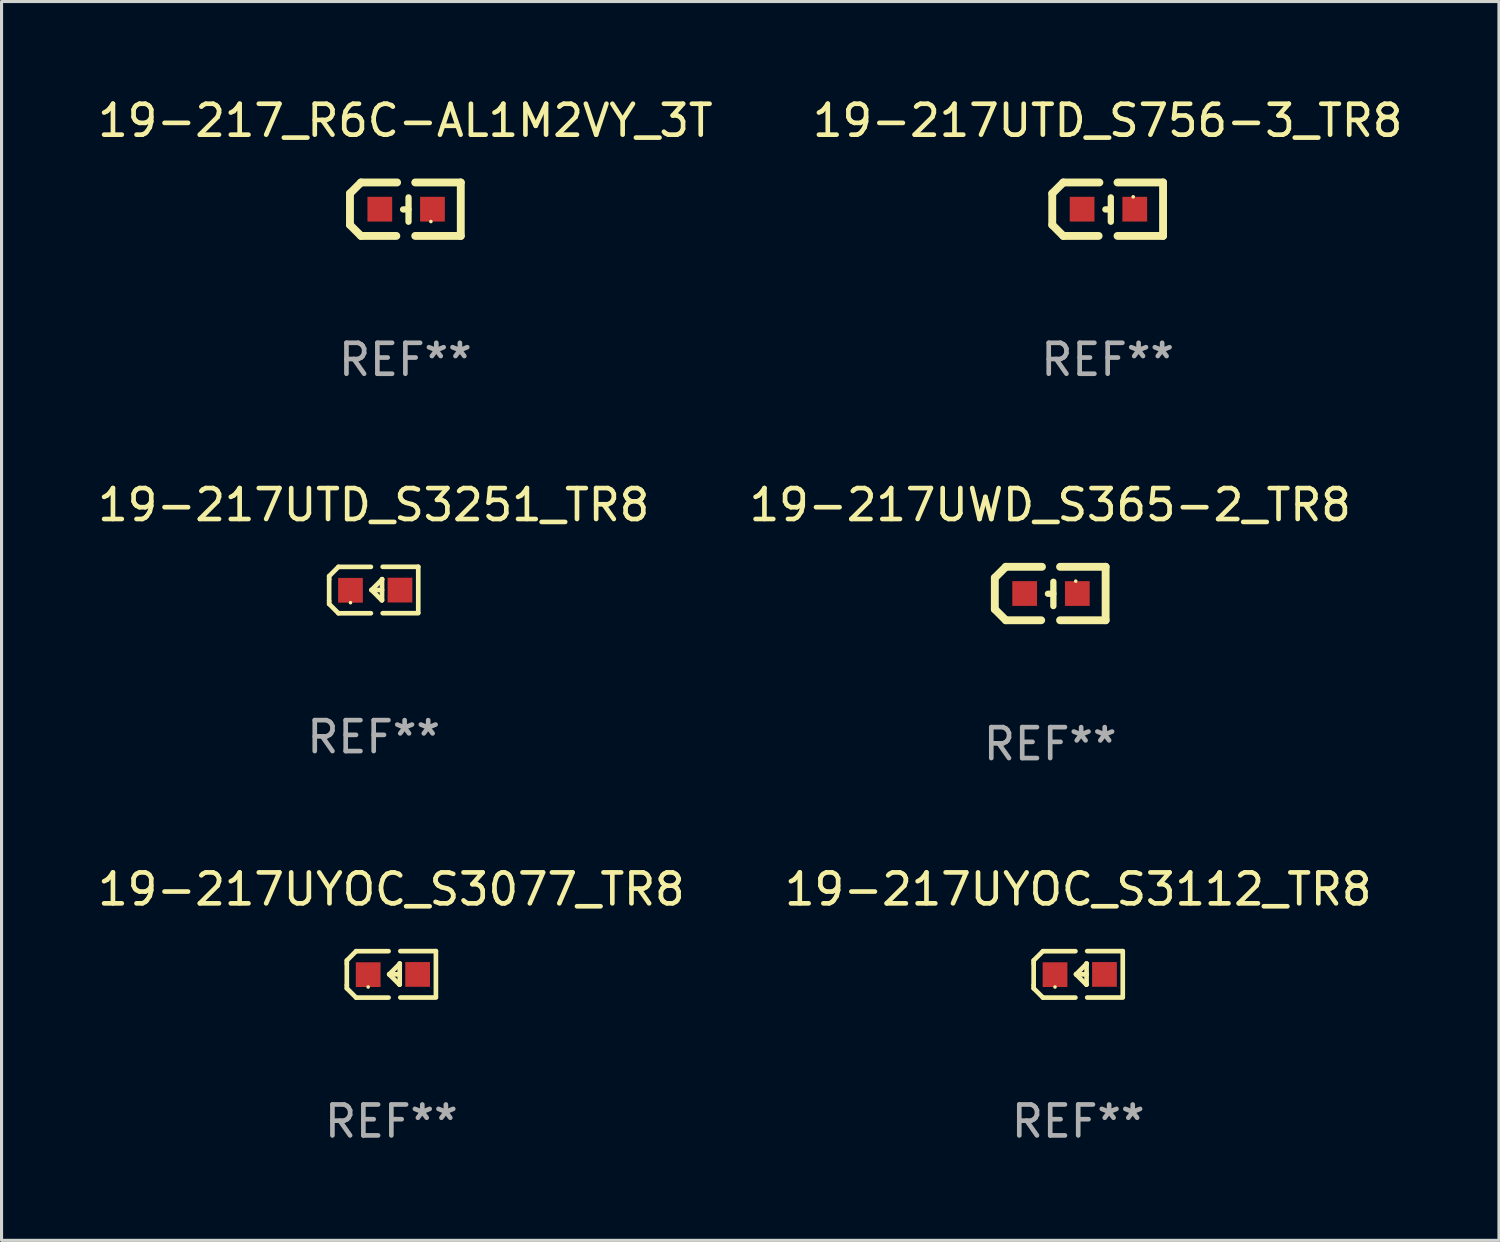
<source format=kicad_pcb>
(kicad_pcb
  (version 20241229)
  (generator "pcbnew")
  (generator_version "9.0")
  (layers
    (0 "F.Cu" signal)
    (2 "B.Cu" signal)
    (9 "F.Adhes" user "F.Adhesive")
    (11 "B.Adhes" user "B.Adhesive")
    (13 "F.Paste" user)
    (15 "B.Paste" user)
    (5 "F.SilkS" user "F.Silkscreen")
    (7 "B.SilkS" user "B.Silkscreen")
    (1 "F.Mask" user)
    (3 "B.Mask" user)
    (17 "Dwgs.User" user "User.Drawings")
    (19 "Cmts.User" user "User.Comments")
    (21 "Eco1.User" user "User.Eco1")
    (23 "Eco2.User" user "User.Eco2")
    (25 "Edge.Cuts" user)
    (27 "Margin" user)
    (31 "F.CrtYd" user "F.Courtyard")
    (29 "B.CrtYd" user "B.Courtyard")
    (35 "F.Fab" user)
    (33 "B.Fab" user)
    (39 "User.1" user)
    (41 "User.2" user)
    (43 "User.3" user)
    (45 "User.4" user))
  (footprint "19-217UYOC_S3077_TR8"
    (layer "F.Cu")
    (at 9.601 28.447)
    (property "Reference" "19-217UYOC_S3077_TR8" (at 0 -2.751 0) (layer "F.SilkS") (effects (font (size 1 1) (thickness 0.15))))
    (attr through_hole)
    (fp_line (start -1.44 -0.449) (end -1.14 -0.749) (stroke (width 0.15) (type solid)) (layer "F.SilkS"))
    (fp_line (start -1.44 -0.349) (end -1.44 -0.449) (stroke (width 0.15) (type solid)) (layer "F.SilkS"))
    (fp_line (start -1.44 -0.349) (end -1.44 0.351) (stroke (width 0.15) (type solid)) (layer "F.SilkS"))
    (fp_line (start -1.44 0.351) (end -1.44 0.451) (stroke (width 0.15) (type solid)) (layer "F.SilkS"))
    (fp_line (start -1.44 0.451) (end -1.14 0.751) (stroke (width 0.15) (type solid)) (layer "F.SilkS"))
    (fp_line (start -0.09 -0.749) (end -1.14 -0.749) (stroke (width 0.15) (type solid)) (layer "F.SilkS"))
    (fp_line (start -0.09 0.751) (end -1.14 0.751) (stroke (width 0.15) (type solid)) (layer "F.SilkS"))
    (fp_line (start 0.26 0.329) (end -0.07 -0.001) (stroke (width 0.15) (type solid)) (layer "F.SilkS"))
    (fp_line (start 0.27 -0.351) (end 0.27 -0.341) (stroke (width 0.15) (type solid)) (layer "F.SilkS"))
    (fp_line (start 0.27 -0.351) (end 0.27 0.329) (stroke (width 0.15) (type solid)) (layer "F.SilkS"))
    (fp_line (start 0.27 -0.341) (end -0.07 -0.001) (stroke (width 0.15) (type solid)) (layer "F.SilkS"))
    (fp_line (start 0.27 -0.001) (end -0.07 -0.001) (stroke (width 0.15) (type solid)) (layer "F.SilkS"))
    (fp_line (start 0.27 0.329) (end 0.26 0.329) (stroke (width 0.15) (type solid)) (layer "F.SilkS"))
    (fp_line (start 0.29 -0.751) (end 1.44 -0.751) (stroke (width 0.15) (type solid)) (layer "F.SilkS"))
    (fp_line (start 0.29 0.749) (end 1.44 0.749) (stroke (width 0.15) (type solid)) (layer "F.SilkS"))
    (fp_line (start 1.44 -0.751) (end 1.44 0.729) (stroke (width 0.15) (type solid)) (layer "F.SilkS"))
    (fp_circle (center -0.75 0.409) (end -0.72 0.409) (stroke (width 0.06) (type solid)) (fill no) (layer "F.SilkS"))
    (fp_text user "REF**" (at 0 4.751 0) (layer "F.Fab") (effects (font (size 1 1) (thickness 0.15))))
    (pad "1" smd rect (at -0.75 0.009 90) (size 0.8 0.8) (layers "F.Cu" "F.Mask" "F.Paste"))
    (pad "2" smd rect (at 0.849 0.002 90) (size 0.8 0.8) (layers "F.Cu" "F.Mask" "F.Paste")))
  (footprint "19-217_R6C-AL1M2VY_3T"
    (layer "F.Cu")
    (at 10.054 3.712)
    (property "Reference" "19-217_R6C-AL1M2VY_3T" (at 0 -2.864 0) (layer "F.SilkS") (effects (font (size 1 1) (thickness 0.15))))
    (attr through_hole)
    (fp_line (start -1.791 -0.508) (end -1.435 -0.864) (stroke (width 0.254) (type solid)) (layer "F.SilkS"))
    (fp_line (start -1.791 0.508) (end -1.791 -0.508) (stroke (width 0.254) (type solid)) (layer "F.SilkS"))
    (fp_line (start -1.435 0.864) (end -1.791 0.508) (stroke (width 0.254) (type solid)) (layer "F.SilkS"))
    (fp_line (start -0.292 0.864) (end -1.435 0.864) (stroke (width 0.254) (type solid)) (layer "F.SilkS"))
    (fp_line (start -0.267 -0.864) (end -1.435 -0.864) (stroke (width 0.254) (type solid)) (layer "F.SilkS"))
    (fp_line (start 0.102 0.008) (end -0.074 0.008) (stroke (width 0.203) (type solid)) (layer "F.SilkS"))
    (fp_line (start 0.102 0.406) (end 0.102 -0.381) (stroke (width 0.203) (type solid)) (layer "F.SilkS"))
    (fp_line (start 1.791 -0.864) (end 0.318 -0.864) (stroke (width 0.254) (type solid)) (layer "F.SilkS"))
    (fp_line (start 1.791 0.864) (end 0.318 0.864) (stroke (width 0.254) (type solid)) (layer "F.SilkS"))
    (fp_line (start 1.791 0.864) (end 1.791 -0.864) (stroke (width 0.254) (type solid)) (layer "F.SilkS"))
    (fp_circle (center 0.825 0.4) (end 0.855 0.4) (stroke (width 0.06) (type solid)) (fill no) (layer "F.SilkS"))
    (fp_text user "REF**" (at 0 4.864 0) (layer "F.Fab") (effects (font (size 1 1) (thickness 0.15))))
    (pad "1" smd rect (at 0.876 0 90) (size 0.8 0.8) (layers "F.Cu" "F.Mask" "F.Paste"))
    (pad "2" smd rect (at -0.826 0 90) (size 0.8 0.8) (layers "F.Cu" "F.Mask" "F.Paste")))
  (footprint "19-217UTD_S3251_TR8"
    (layer "F.Cu")
    (at 9.03 16.023)
    (property "Reference" "19-217UTD_S3251_TR8" (at 0 -2.751 0) (layer "F.SilkS") (effects (font (size 1 1) (thickness 0.15))))
    (attr through_hole)
    (fp_line (start -1.44 -0.449) (end -1.14 -0.749) (stroke (width 0.15) (type solid)) (layer "F.SilkS"))
    (fp_line (start -1.44 -0.349) (end -1.44 -0.449) (stroke (width 0.15) (type solid)) (layer "F.SilkS"))
    (fp_line (start -1.44 -0.349) (end -1.44 0.351) (stroke (width 0.15) (type solid)) (layer "F.SilkS"))
    (fp_line (start -1.44 0.351) (end -1.44 0.451) (stroke (width 0.15) (type solid)) (layer "F.SilkS"))
    (fp_line (start -1.44 0.451) (end -1.14 0.751) (stroke (width 0.15) (type solid)) (layer "F.SilkS"))
    (fp_line (start -0.09 -0.749) (end -1.14 -0.749) (stroke (width 0.15) (type solid)) (layer "F.SilkS"))
    (fp_line (start -0.09 0.751) (end -1.14 0.751) (stroke (width 0.15) (type solid)) (layer "F.SilkS"))
    (fp_line (start 0.26 0.329) (end -0.07 -0.001) (stroke (width 0.15) (type solid)) (layer "F.SilkS"))
    (fp_line (start 0.27 -0.351) (end 0.27 -0.341) (stroke (width 0.15) (type solid)) (layer "F.SilkS"))
    (fp_line (start 0.27 -0.351) (end 0.27 0.329) (stroke (width 0.15) (type solid)) (layer "F.SilkS"))
    (fp_line (start 0.27 -0.341) (end -0.07 -0.001) (stroke (width 0.15) (type solid)) (layer "F.SilkS"))
    (fp_line (start 0.27 -0.001) (end -0.07 -0.001) (stroke (width 0.15) (type solid)) (layer "F.SilkS"))
    (fp_line (start 0.27 0.329) (end 0.26 0.329) (stroke (width 0.15) (type solid)) (layer "F.SilkS"))
    (fp_line (start 0.29 -0.751) (end 1.44 -0.751) (stroke (width 0.15) (type solid)) (layer "F.SilkS"))
    (fp_line (start 0.29 0.749) (end 1.44 0.749) (stroke (width 0.15) (type solid)) (layer "F.SilkS"))
    (fp_line (start 1.44 -0.751) (end 1.44 0.729) (stroke (width 0.15) (type solid)) (layer "F.SilkS"))
    (fp_circle (center -0.75 0.409) (end -0.72 0.409) (stroke (width 0.06) (type solid)) (fill no) (layer "F.SilkS"))
    (fp_text user "REF**" (at 0 4.751 0) (layer "F.Fab") (effects (font (size 1 1) (thickness 0.15))))
    (pad "1" smd rect (at -0.75 0.009 90) (size 0.8 0.8) (layers "F.Cu" "F.Mask" "F.Paste"))
    (pad "2" smd rect (at 0.849 0.002 90) (size 0.8 0.8) (layers "F.Cu" "F.Mask" "F.Paste")))
  (footprint "19-217UYOC_S3112_TR8"
    (layer "F.Cu")
    (at 31.804 28.447)
    (property "Reference" "19-217UYOC_S3112_TR8" (at 0 -2.751 0) (layer "F.SilkS") (effects (font (size 1 1) (thickness 0.15))))
    (attr through_hole)
    (fp_line (start -1.44 -0.449) (end -1.14 -0.749) (stroke (width 0.15) (type solid)) (layer "F.SilkS"))
    (fp_line (start -1.44 -0.349) (end -1.44 -0.449) (stroke (width 0.15) (type solid)) (layer "F.SilkS"))
    (fp_line (start -1.44 -0.349) (end -1.44 0.351) (stroke (width 0.15) (type solid)) (layer "F.SilkS"))
    (fp_line (start -1.44 0.351) (end -1.44 0.451) (stroke (width 0.15) (type solid)) (layer "F.SilkS"))
    (fp_line (start -1.44 0.451) (end -1.14 0.751) (stroke (width 0.15) (type solid)) (layer "F.SilkS"))
    (fp_line (start -0.09 -0.749) (end -1.14 -0.749) (stroke (width 0.15) (type solid)) (layer "F.SilkS"))
    (fp_line (start -0.09 0.751) (end -1.14 0.751) (stroke (width 0.15) (type solid)) (layer "F.SilkS"))
    (fp_line (start 0.26 0.329) (end -0.07 -0.001) (stroke (width 0.15) (type solid)) (layer "F.SilkS"))
    (fp_line (start 0.27 -0.351) (end 0.27 -0.341) (stroke (width 0.15) (type solid)) (layer "F.SilkS"))
    (fp_line (start 0.27 -0.351) (end 0.27 0.329) (stroke (width 0.15) (type solid)) (layer "F.SilkS"))
    (fp_line (start 0.27 -0.341) (end -0.07 -0.001) (stroke (width 0.15) (type solid)) (layer "F.SilkS"))
    (fp_line (start 0.27 -0.001) (end -0.07 -0.001) (stroke (width 0.15) (type solid)) (layer "F.SilkS"))
    (fp_line (start 0.27 0.329) (end 0.26 0.329) (stroke (width 0.15) (type solid)) (layer "F.SilkS"))
    (fp_line (start 0.29 -0.751) (end 1.44 -0.751) (stroke (width 0.15) (type solid)) (layer "F.SilkS"))
    (fp_line (start 0.29 0.749) (end 1.44 0.749) (stroke (width 0.15) (type solid)) (layer "F.SilkS"))
    (fp_line (start 1.44 -0.751) (end 1.44 0.729) (stroke (width 0.15) (type solid)) (layer "F.SilkS"))
    (fp_circle (center -0.75 0.409) (end -0.72 0.409) (stroke (width 0.06) (type solid)) (fill no) (layer "F.SilkS"))
    (fp_text user "REF**" (at 0 4.751 0) (layer "F.Fab") (effects (font (size 1 1) (thickness 0.15))))
    (pad "1" smd rect (at -0.75 0.009 90) (size 0.8 0.8) (layers "F.Cu" "F.Mask" "F.Paste"))
    (pad "2" smd rect (at 0.849 0.002 90) (size 0.8 0.8) (layers "F.Cu" "F.Mask" "F.Paste")))
  (footprint "19-217UWD_S365-2_TR8"
    (layer "F.Cu")
    (at 30.899 16.136)
    (property "Reference" "19-217UWD_S365-2_TR8" (at 0 -2.864 0) (layer "F.SilkS") (effects (font (size 1 1) (thickness 0.15))))
    (attr through_hole)
    (fp_line (start -1.791 -0.508) (end -1.435 -0.864) (stroke (width 0.254) (type solid)) (layer "F.SilkS"))
    (fp_line (start -1.791 0.508) (end -1.791 -0.508) (stroke (width 0.254) (type solid)) (layer "F.SilkS"))
    (fp_line (start -1.435 0.864) (end -1.791 0.508) (stroke (width 0.254) (type solid)) (layer "F.SilkS"))
    (fp_line (start -0.292 0.864) (end -1.435 0.864) (stroke (width 0.254) (type solid)) (layer "F.SilkS"))
    (fp_line (start -0.267 -0.864) (end -1.435 -0.864) (stroke (width 0.254) (type solid)) (layer "F.SilkS"))
    (fp_line (start 0.102 0.008) (end -0.074 0.008) (stroke (width 0.203) (type solid)) (layer "F.SilkS"))
    (fp_line (start 0.102 0.406) (end 0.102 -0.381) (stroke (width 0.203) (type solid)) (layer "F.SilkS"))
    (fp_line (start 1.791 -0.864) (end 0.318 -0.864) (stroke (width 0.254) (type solid)) (layer "F.SilkS"))
    (fp_line (start 1.791 0.864) (end 0.318 0.864) (stroke (width 0.254) (type solid)) (layer "F.SilkS"))
    (fp_line (start 1.791 0.864) (end 1.791 -0.864) (stroke (width 0.254) (type solid)) (layer "F.SilkS"))
    (fp_circle (center 0.825 -0.4) (end 0.855 -0.4) (stroke (width 0.06) (type solid)) (fill no) (layer "F.SilkS"))
    (fp_text user "REF**" (at 0 4.864 0) (layer "F.Fab") (effects (font (size 1 1) (thickness 0.15))))
    (pad "1" smd rect (at 0.876 0 90) (size 0.8 0.8) (layers "F.Cu" "F.Mask" "F.Paste"))
    (pad "2" smd rect (at -0.826 0 90) (size 0.8 0.8) (layers "F.Cu" "F.Mask" "F.Paste")))
  (footprint "19-217UTD_S756-3_TR8"
    (layer "F.Cu")
    (at 32.756 3.712)
    (property "Reference" "19-217UTD_S756-3_TR8" (at 0 -2.864 0) (layer "F.SilkS") (effects (font (size 1 1) (thickness 0.15))))
    (attr through_hole)
    (fp_line (start -1.791 -0.508) (end -1.435 -0.864) (stroke (width 0.254) (type solid)) (layer "F.SilkS"))
    (fp_line (start -1.791 0.508) (end -1.791 -0.508) (stroke (width 0.254) (type solid)) (layer "F.SilkS"))
    (fp_line (start -1.435 0.864) (end -1.791 0.508) (stroke (width 0.254) (type solid)) (layer "F.SilkS"))
    (fp_line (start -0.292 0.864) (end -1.435 0.864) (stroke (width 0.254) (type solid)) (layer "F.SilkS"))
    (fp_line (start -0.267 -0.864) (end -1.435 -0.864) (stroke (width 0.254) (type solid)) (layer "F.SilkS"))
    (fp_line (start 0.102 0.008) (end -0.074 0.008) (stroke (width 0.203) (type solid)) (layer "F.SilkS"))
    (fp_line (start 0.102 0.406) (end 0.102 -0.381) (stroke (width 0.203) (type solid)) (layer "F.SilkS"))
    (fp_line (start 1.791 -0.864) (end 0.318 -0.864) (stroke (width 0.254) (type solid)) (layer "F.SilkS"))
    (fp_line (start 1.791 0.864) (end 0.318 0.864) (stroke (width 0.254) (type solid)) (layer "F.SilkS"))
    (fp_line (start 1.791 0.864) (end 1.791 -0.864) (stroke (width 0.254) (type solid)) (layer "F.SilkS"))
    (fp_circle (center 0.825 -0.4) (end 0.855 -0.4) (stroke (width 0.06) (type solid)) (fill no) (layer "F.SilkS"))
    (fp_text user "REF**" (at 0 4.864 0) (layer "F.Fab") (effects (font (size 1 1) (thickness 0.15))))
    (pad "1" smd rect (at 0.876 0 90) (size 0.8 0.8) (layers "F.Cu" "F.Mask" "F.Paste"))
    (pad "2" smd rect (at -0.826 0 90) (size 0.8 0.8) (layers "F.Cu" "F.Mask" "F.Paste")))
  (gr_rect
    (start -3 -3)
    (end 45.405 37.046)
    (stroke (width 0.1) (type default))
    (fill no)
    (layer "Edge.Cuts")))
</source>
